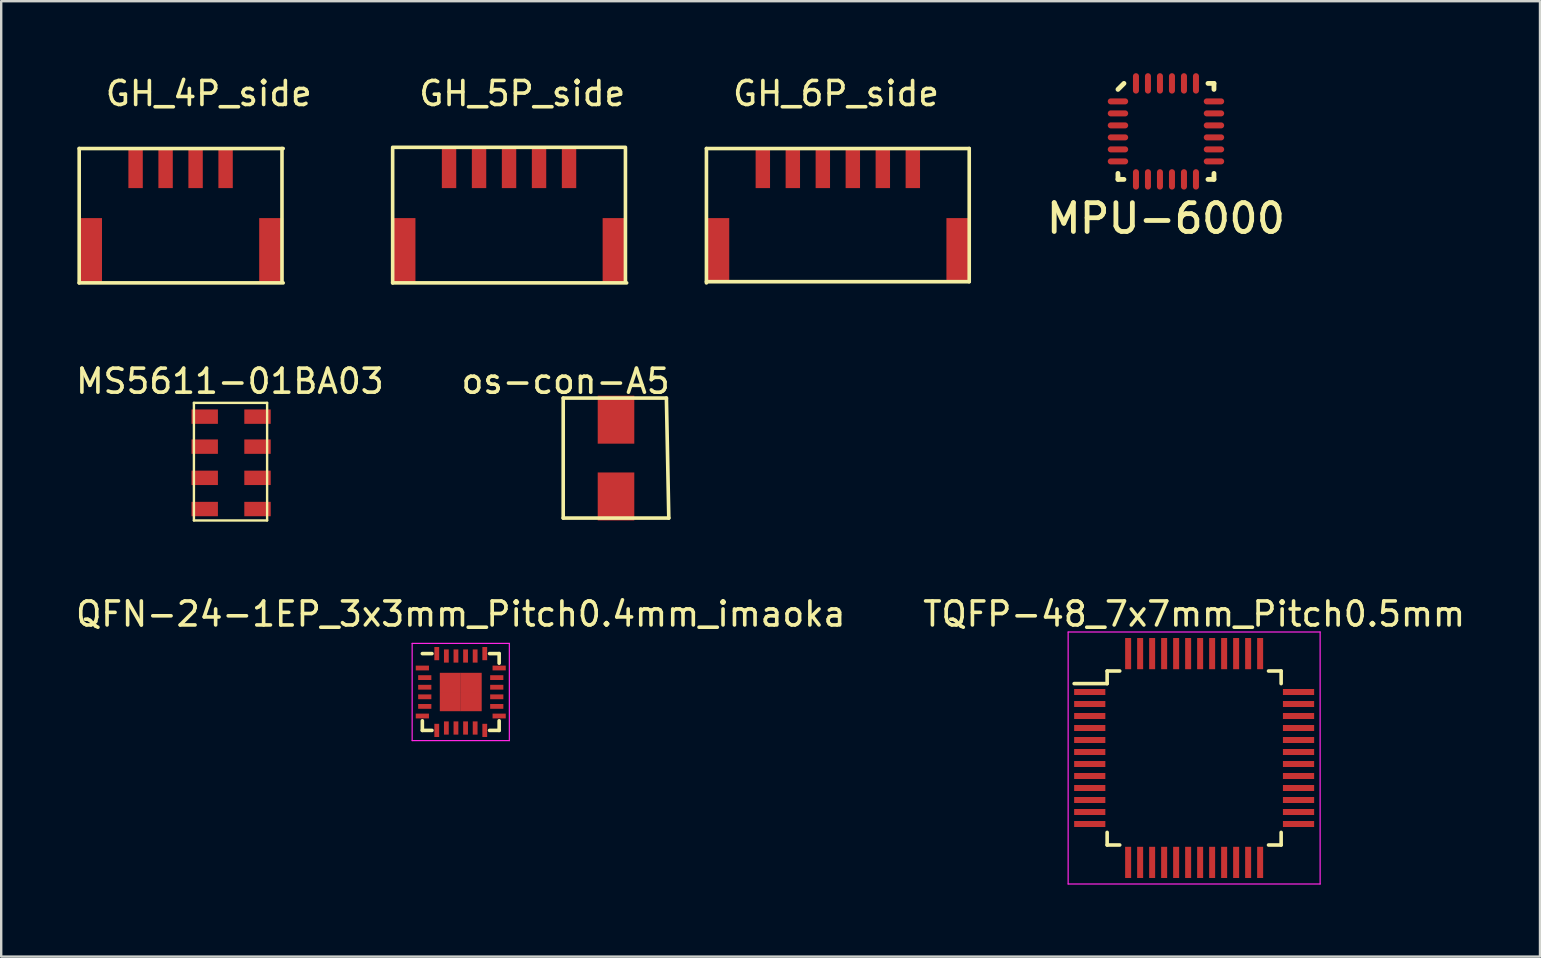
<source format=kicad_pcb>
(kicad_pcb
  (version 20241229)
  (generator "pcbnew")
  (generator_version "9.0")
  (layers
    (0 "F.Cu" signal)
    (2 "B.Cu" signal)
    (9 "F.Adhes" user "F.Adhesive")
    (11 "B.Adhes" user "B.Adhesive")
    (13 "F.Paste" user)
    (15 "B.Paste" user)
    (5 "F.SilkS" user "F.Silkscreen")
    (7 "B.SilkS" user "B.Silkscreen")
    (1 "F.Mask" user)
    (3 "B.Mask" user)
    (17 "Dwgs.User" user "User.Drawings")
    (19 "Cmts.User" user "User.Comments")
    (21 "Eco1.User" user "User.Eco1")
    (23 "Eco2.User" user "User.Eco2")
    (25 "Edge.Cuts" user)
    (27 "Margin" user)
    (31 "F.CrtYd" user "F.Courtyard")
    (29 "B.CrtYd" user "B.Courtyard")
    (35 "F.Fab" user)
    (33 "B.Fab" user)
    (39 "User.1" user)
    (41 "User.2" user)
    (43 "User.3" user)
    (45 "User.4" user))
  (footprint "os-con-A5"
    (layer "F.Cu")
    (at 20.418 13.537)
    (property "Reference" "os-con-A5" (at 0.1 -0.7 0) (layer "F.SilkS") (effects (font (size 1 1) (thickness 0.15))))
    (attr through_hole)
    (fp_line (start 0 0) (end 4.3 0) (stroke (width 0.15) (type solid)) (layer "F.SilkS"))
    (fp_line (start 0 5) (end 0 0) (stroke (width 0.15) (type solid)) (layer "F.SilkS"))
    (fp_line (start 4.3 0) (end 4.4 5) (stroke (width 0.15) (type solid)) (layer "F.SilkS"))
    (fp_line (start 4.4 5) (end 0 5) (stroke (width 0.15) (type solid)) (layer "F.SilkS"))
    (pad "1" smd rect (at 2.2 0.9) (size 1.524 2) (layers "F.Cu" "F.Mask" "F.Paste"))
    (pad "2" smd rect (at 2.2 4.1) (size 1.524 2) (layers "F.Cu" "F.Mask" "F.Paste")))
  (footprint "GH_6P_side"
    (layer "F.Cu")
    (at 26.386 8.738)
    (property "Reference" "GH_6P_side" (at 5.4 -7.89 0) (layer "F.SilkS") (effects (font (size 1 1) (thickness 0.15))))
    (attr through_hole)
    (fp_line (start 0 -5.6) (end 10.95 -5.6) (stroke (width 0.15) (type solid)) (layer "F.SilkS"))
    (fp_line (start 0 0) (end 0 -5.6) (stroke (width 0.15) (type solid)) (layer "F.SilkS"))
    (fp_line (start 10.95 -5.6) (end 10.95 -0.05) (stroke (width 0.15) (type solid)) (layer "F.SilkS"))
    (fp_line (start 10.95 -0.05) (end 0 -0.05) (stroke (width 0.15) (type solid)) (layer "F.SilkS"))
    (pad "" smd rect (at 0.45 -1.35) (size 1 2.7) (layers "F.Cu" "F.Mask" "F.Paste"))
    (pad "" smd rect (at 10.5 -1.35) (size 1 2.7) (layers "F.Cu" "F.Mask" "F.Paste"))
    (pad "1" smd rect (at 2.35 -4.8) (size 0.6 1.7) (layers "F.Cu" "F.Mask" "F.Paste"))
    (pad "2" smd rect (at 3.6 -4.8) (size 0.6 1.7) (layers "F.Cu" "F.Mask" "F.Paste"))
    (pad "3" smd rect (at 4.85 -4.8) (size 0.6 1.7) (layers "F.Cu" "F.Mask" "F.Paste"))
    (pad "4" smd rect (at 6.1 -4.8) (size 0.6 1.7) (layers "F.Cu" "F.Mask" "F.Paste"))
    (pad "5" smd rect (at 7.35 -4.8) (size 0.6 1.7) (layers "F.Cu" "F.Mask" "F.Paste"))
    (pad "6" smd rect (at 8.6 -4.8) (size 0.6 1.7) (layers "F.Cu" "F.Mask" "F.Paste")))
  (footprint "GH_4P_side"
    (layer "F.Cu")
    (at 0.25 8.738)
    (property "Reference" "GH_4P_side" (at 5.4 -7.89 0) (layer "F.SilkS") (effects (font (size 1 1) (thickness 0.15))))
    (attr through_hole)
    (fp_line (start 0 -5.6) (end 8.5 -5.6) (stroke (width 0.15) (type solid)) (layer "F.SilkS"))
    (fp_line (start 0 0) (end 0 -5.6) (stroke (width 0.15) (type solid)) (layer "F.SilkS"))
    (fp_line (start 0 0) (end 8.5 0) (stroke (width 0.15) (type solid)) (layer "F.SilkS"))
    (fp_line (start 8.45 -5.6) (end 8.45 -0.05) (stroke (width 0.15) (type solid)) (layer "F.SilkS"))
    (pad "" smd rect (at 0.45 -1.35) (size 1 2.7) (layers "F.Cu" "F.Mask" "F.Paste"))
    (pad "" smd rect (at 8 -1.35) (size 1 2.7) (layers "F.Cu" "F.Mask" "F.Paste"))
    (pad "1" smd rect (at 2.35 -4.8) (size 0.6 1.7) (layers "F.Cu" "F.Mask" "F.Paste"))
    (pad "2" smd rect (at 3.6 -4.8) (size 0.6 1.7) (layers "F.Cu" "F.Mask" "F.Paste"))
    (pad "3" smd rect (at 4.85 -4.8) (size 0.6 1.7) (layers "F.Cu" "F.Mask" "F.Paste"))
    (pad "4" smd rect (at 6.1 -4.8) (size 0.6 1.7) (layers "F.Cu" "F.Mask" "F.Paste")))
  (footprint "TQFP-48_7x7mm_Pitch0.5mm"
    (layer "F.Cu")
    (at 46.708 28.535)
    (property "Reference" "TQFP-48_7x7mm_Pitch0.5mm" (at 0 -6 0) (layer "F.SilkS") (effects (font (size 1 1) (thickness 0.15))))
    (attr smd)
    (fp_line (start -3.625 -3.625) (end -3.625 -3.1) (stroke (width 0.15) (type solid)) (layer "F.SilkS"))
    (fp_line (start -3.625 -3.625) (end -3.1 -3.625) (stroke (width 0.15) (type solid)) (layer "F.SilkS"))
    (fp_line (start -3.625 -3.1) (end -5 -3.1) (stroke (width 0.15) (type solid)) (layer "F.SilkS"))
    (fp_line (start -3.625 3.625) (end -3.625 3.1) (stroke (width 0.15) (type solid)) (layer "F.SilkS"))
    (fp_line (start -3.625 3.625) (end -3.1 3.625) (stroke (width 0.15) (type solid)) (layer "F.SilkS"))
    (fp_line (start 3.625 -3.625) (end 3.1 -3.625) (stroke (width 0.15) (type solid)) (layer "F.SilkS"))
    (fp_line (start 3.625 -3.625) (end 3.625 -3.1) (stroke (width 0.15) (type solid)) (layer "F.SilkS"))
    (fp_line (start 3.625 3.625) (end 3.1 3.625) (stroke (width 0.15) (type solid)) (layer "F.SilkS"))
    (fp_line (start 3.625 3.625) (end 3.625 3.1) (stroke (width 0.15) (type solid)) (layer "F.SilkS"))
    (fp_line (start -5.25 -5.25) (end -5.25 5.25) (stroke (width 0.05) (type solid)) (layer "F.CrtYd"))
    (fp_line (start -5.25 -5.25) (end 5.25 -5.25) (stroke (width 0.05) (type solid)) (layer "F.CrtYd"))
    (fp_line (start -5.25 5.25) (end 5.25 5.25) (stroke (width 0.05) (type solid)) (layer "F.CrtYd"))
    (fp_line (start 5.25 -5.25) (end 5.25 5.25) (stroke (width 0.05) (type solid)) (layer "F.CrtYd"))
    (pad "1" smd rect (at -4.35 -2.75) (size 1.3 0.25) (layers "F.Cu" "F.Mask" "F.Paste"))
    (pad "2" smd rect (at -4.35 -2.25) (size 1.3 0.25) (layers "F.Cu" "F.Mask" "F.Paste"))
    (pad "3" smd rect (at -4.35 -1.75) (size 1.3 0.25) (layers "F.Cu" "F.Mask" "F.Paste"))
    (pad "4" smd rect (at -4.35 -1.25) (size 1.3 0.25) (layers "F.Cu" "F.Mask" "F.Paste"))
    (pad "5" smd rect (at -4.35 -0.75) (size 1.3 0.25) (layers "F.Cu" "F.Mask" "F.Paste"))
    (pad "6" smd rect (at -4.35 -0.25) (size 1.3 0.25) (layers "F.Cu" "F.Mask" "F.Paste"))
    (pad "7" smd rect (at -4.35 0.25) (size 1.3 0.25) (layers "F.Cu" "F.Mask" "F.Paste"))
    (pad "8" smd rect (at -4.35 0.75) (size 1.3 0.25) (layers "F.Cu" "F.Mask" "F.Paste"))
    (pad "9" smd rect (at -4.35 1.25) (size 1.3 0.25) (layers "F.Cu" "F.Mask" "F.Paste"))
    (pad "10" smd rect (at -4.35 1.75) (size 1.3 0.25) (layers "F.Cu" "F.Mask" "F.Paste"))
    (pad "11" smd rect (at -4.35 2.25) (size 1.3 0.25) (layers "F.Cu" "F.Mask" "F.Paste"))
    (pad "12" smd rect (at -4.35 2.75) (size 1.3 0.25) (layers "F.Cu" "F.Mask" "F.Paste"))
    (pad "13" smd rect (at -2.75 4.35 90) (size 1.3 0.25) (layers "F.Cu" "F.Mask" "F.Paste"))
    (pad "14" smd rect (at -2.25 4.35 90) (size 1.3 0.25) (layers "F.Cu" "F.Mask" "F.Paste"))
    (pad "15" smd rect (at -1.75 4.35 90) (size 1.3 0.25) (layers "F.Cu" "F.Mask" "F.Paste"))
    (pad "16" smd rect (at -1.25 4.35 90) (size 1.3 0.25) (layers "F.Cu" "F.Mask" "F.Paste"))
    (pad "17" smd rect (at -0.75 4.35 90) (size 1.3 0.25) (layers "F.Cu" "F.Mask" "F.Paste"))
    (pad "18" smd rect (at -0.25 4.35 90) (size 1.3 0.25) (layers "F.Cu" "F.Mask" "F.Paste"))
    (pad "19" smd rect (at 0.25 4.35 90) (size 1.3 0.25) (layers "F.Cu" "F.Mask" "F.Paste"))
    (pad "20" smd rect (at 0.75 4.35 90) (size 1.3 0.25) (layers "F.Cu" "F.Mask" "F.Paste"))
    (pad "21" smd rect (at 1.25 4.35 90) (size 1.3 0.25) (layers "F.Cu" "F.Mask" "F.Paste"))
    (pad "22" smd rect (at 1.75 4.35 90) (size 1.3 0.25) (layers "F.Cu" "F.Mask" "F.Paste"))
    (pad "23" smd rect (at 2.25 4.35 90) (size 1.3 0.25) (layers "F.Cu" "F.Mask" "F.Paste"))
    (pad "24" smd rect (at 2.75 4.35 90) (size 1.3 0.25) (layers "F.Cu" "F.Mask" "F.Paste"))
    (pad "25" smd rect (at 4.35 2.75) (size 1.3 0.25) (layers "F.Cu" "F.Mask" "F.Paste"))
    (pad "26" smd rect (at 4.35 2.25) (size 1.3 0.25) (layers "F.Cu" "F.Mask" "F.Paste"))
    (pad "27" smd rect (at 4.35 1.75) (size 1.3 0.25) (layers "F.Cu" "F.Mask" "F.Paste"))
    (pad "28" smd rect (at 4.35 1.25) (size 1.3 0.25) (layers "F.Cu" "F.Mask" "F.Paste"))
    (pad "29" smd rect (at 4.35 0.75) (size 1.3 0.25) (layers "F.Cu" "F.Mask" "F.Paste"))
    (pad "30" smd rect (at 4.35 0.25) (size 1.3 0.25) (layers "F.Cu" "F.Mask" "F.Paste"))
    (pad "31" smd rect (at 4.35 -0.25) (size 1.3 0.25) (layers "F.Cu" "F.Mask" "F.Paste"))
    (pad "32" smd rect (at 4.35 -0.75) (size 1.3 0.25) (layers "F.Cu" "F.Mask" "F.Paste"))
    (pad "33" smd rect (at 4.35 -1.25) (size 1.3 0.25) (layers "F.Cu" "F.Mask" "F.Paste"))
    (pad "34" smd rect (at 4.35 -1.75) (size 1.3 0.25) (layers "F.Cu" "F.Mask" "F.Paste"))
    (pad "35" smd rect (at 4.35 -2.25) (size 1.3 0.25) (layers "F.Cu" "F.Mask" "F.Paste"))
    (pad "36" smd rect (at 4.35 -2.75) (size 1.3 0.25) (layers "F.Cu" "F.Mask" "F.Paste"))
    (pad "37" smd rect (at 2.75 -4.35 90) (size 1.3 0.25) (layers "F.Cu" "F.Mask" "F.Paste"))
    (pad "38" smd rect (at 2.25 -4.35 90) (size 1.3 0.25) (layers "F.Cu" "F.Mask" "F.Paste"))
    (pad "39" smd rect (at 1.75 -4.35 90) (size 1.3 0.25) (layers "F.Cu" "F.Mask" "F.Paste"))
    (pad "40" smd rect (at 1.25 -4.35 90) (size 1.3 0.25) (layers "F.Cu" "F.Mask" "F.Paste"))
    (pad "41" smd rect (at 0.75 -4.35 90) (size 1.3 0.25) (layers "F.Cu" "F.Mask" "F.Paste"))
    (pad "42" smd rect (at 0.25 -4.35 90) (size 1.3 0.25) (layers "F.Cu" "F.Mask" "F.Paste"))
    (pad "43" smd rect (at -0.25 -4.35 90) (size 1.3 0.25) (layers "F.Cu" "F.Mask" "F.Paste"))
    (pad "44" smd rect (at -0.75 -4.35 90) (size 1.3 0.25) (layers "F.Cu" "F.Mask" "F.Paste"))
    (pad "45" smd rect (at -1.25 -4.35 90) (size 1.3 0.25) (layers "F.Cu" "F.Mask" "F.Paste"))
    (pad "46" smd rect (at -1.75 -4.35 90) (size 1.3 0.25) (layers "F.Cu" "F.Mask" "F.Paste"))
    (pad "47" smd rect (at -2.25 -4.35 90) (size 1.3 0.25) (layers "F.Cu" "F.Mask" "F.Paste"))
    (pad "48" smd rect (at -2.75 -4.35 90) (size 1.3 0.25) (layers "F.Cu" "F.Mask" "F.Paste")))
  (footprint "MS5611-01BA03"
    (layer "F.Cu")
    (at 6.58 16.236)
    (property "Reference" "MS5611-01BA03" (at -0.05 -3.4 0) (layer "F.SilkS") (effects (font (size 1 1) (thickness 0.15))))
    (attr through_hole)
    (fp_line (start -1.55 -2.5) (end -1.55 2.4) (stroke (width 0.1) (type solid)) (layer "F.SilkS"))
    (fp_line (start -1.55 2.4) (end 1.5 2.4) (stroke (width 0.1) (type solid)) (layer "F.SilkS"))
    (fp_line (start 1.5 -2.5) (end -1.55 -2.5) (stroke (width 0.1) (type solid)) (layer "F.SilkS"))
    (fp_line (start 1.5 2.4) (end 1.5 -2.5) (stroke (width 0.1) (type solid)) (layer "F.SilkS"))
    (pad "1" smd rect (at -1.1 -1.925) (size 1.1 0.6) (layers "F.Cu" "F.Mask" "F.Paste"))
    (pad "2" smd rect (at -1.1 -0.675) (size 1.1 0.6) (layers "F.Cu" "F.Mask" "F.Paste"))
    (pad "3" smd rect (at -1.1 0.625) (size 1.1 0.6) (layers "F.Cu" "F.Mask" "F.Paste"))
    (pad "4" smd rect (at -1.1 1.925) (size 1.1 0.6) (layers "F.Cu" "F.Mask" "F.Paste"))
    (pad "5" smd rect (at 1.1 1.925) (size 1.1 0.6) (layers "F.Cu" "F.Mask" "F.Paste"))
    (pad "6" smd rect (at 1.1 0.625) (size 1.1 0.6) (layers "F.Cu" "F.Mask" "F.Paste"))
    (pad "7" smd rect (at 1.1 -0.675) (size 1.1 0.6) (layers "F.Cu" "F.Mask" "F.Paste"))
    (pad "8" smd rect (at 1.1 -1.925) (size 1.1 0.6) (layers "F.Cu" "F.Mask" "F.Paste")))
  (footprint "QFN-24-1EP_3x3mm_Pitch0.4mm_imaoka"
    (layer "F.Cu")
    (at 16.149 25.785)
    (property "Reference" "QFN-24-1EP_3x3mm_Pitch0.4mm_imaoka" (at 0 -3.25 0) (layer "F.SilkS") (effects (font (size 1 1) (thickness 0.15))))
    (attr smd)
    (fp_line (start -1.6 -1.6) (end -1.2 -1.6) (stroke (width 0.15) (type solid)) (layer "F.SilkS"))
    (fp_line (start -1.6 1.6) (end -1.6 1.2) (stroke (width 0.15) (type solid)) (layer "F.SilkS"))
    (fp_line (start -1.6 1.6) (end -1.2 1.6) (stroke (width 0.15) (type solid)) (layer "F.SilkS"))
    (fp_line (start 1.6 -1.6) (end 1.2 -1.6) (stroke (width 0.15) (type solid)) (layer "F.SilkS"))
    (fp_line (start 1.6 -1.6) (end 1.6 -1.2) (stroke (width 0.15) (type solid)) (layer "F.SilkS"))
    (fp_line (start 1.6 1.6) (end 1.2 1.6) (stroke (width 0.15) (type solid)) (layer "F.SilkS"))
    (fp_line (start 1.6 1.6) (end 1.6 1.2) (stroke (width 0.15) (type solid)) (layer "F.SilkS"))
    (fp_line (start -2.025 -2.025) (end 2.025 -2.025) (stroke (width 0.05) (type solid)) (layer "F.CrtYd"))
    (fp_line (start -2.025 2.025) (end -2.025 -2.025) (stroke (width 0.05) (type solid)) (layer "F.CrtYd"))
    (fp_line (start 2.025 -2.025) (end 2.025 2.025) (stroke (width 0.05) (type solid)) (layer "F.CrtYd"))
    (fp_line (start 2.025 2.025) (end -2.025 2.025) (stroke (width 0.05) (type solid)) (layer "F.CrtYd"))
    (pad "1" smd rect (at -1.6 -1) (size 0.55 0.2) (layers "F.Cu" "F.Mask" "F.Paste"))
    (pad "2" smd rect (at -1.5 -0.6) (size 0.55 0.2) (layers "F.Cu" "F.Mask" "F.Paste"))
    (pad "3" smd rect (at -1.5 -0.2) (size 0.55 0.2) (layers "F.Cu" "F.Mask" "F.Paste"))
    (pad "4" smd rect (at -1.5 0.2) (size 0.55 0.2) (layers "F.Cu" "F.Mask" "F.Paste"))
    (pad "5" smd rect (at -1.5 0.6) (size 0.55 0.2) (layers "F.Cu" "F.Mask" "F.Paste"))
    (pad "6" smd rect (at -1.6 1) (size 0.55 0.2) (layers "F.Cu" "F.Mask" "F.Paste"))
    (pad "7" smd rect (at -1 1.6 90) (size 0.55 0.2) (layers "F.Cu" "F.Mask" "F.Paste"))
    (pad "8" smd rect (at -0.6 1.5 90) (size 0.55 0.2) (layers "F.Cu" "F.Mask" "F.Paste"))
    (pad "9" smd rect (at -0.2 1.5 90) (size 0.55 0.2) (layers "F.Cu" "F.Mask" "F.Paste"))
    (pad "10" smd rect (at 0.2 1.5 90) (size 0.55 0.2) (layers "F.Cu" "F.Mask" "F.Paste"))
    (pad "11" smd rect (at 0.6 1.5 90) (size 0.55 0.2) (layers "F.Cu" "F.Mask" "F.Paste"))
    (pad "12" smd rect (at 1 1.6 90) (size 0.55 0.2) (layers "F.Cu" "F.Mask" "F.Paste"))
    (pad "13" smd rect (at 1.6 1) (size 0.55 0.2) (layers "F.Cu" "F.Mask" "F.Paste"))
    (pad "14" smd rect (at 1.5 0.6) (size 0.55 0.2) (layers "F.Cu" "F.Mask" "F.Paste"))
    (pad "15" smd rect (at 1.5 0.2) (size 0.55 0.2) (layers "F.Cu" "F.Mask" "F.Paste"))
    (pad "16" smd rect (at 1.5 -0.2) (size 0.55 0.2) (layers "F.Cu" "F.Mask" "F.Paste"))
    (pad "17" smd rect (at 1.5 -0.6) (size 0.55 0.2) (layers "F.Cu" "F.Mask" "F.Paste"))
    (pad "18" smd rect (at 1.6 -1) (size 0.55 0.2) (layers "F.Cu" "F.Mask" "F.Paste"))
    (pad "19" smd rect (at 1 -1.6 90) (size 0.55 0.2) (layers "F.Cu" "F.Mask" "F.Paste"))
    (pad "20" smd rect (at 0.6 -1.5 90) (size 0.55 0.2) (layers "F.Cu" "F.Mask" "F.Paste"))
    (pad "21" smd rect (at 0.2 -1.5 90) (size 0.55 0.2) (layers "F.Cu" "F.Mask" "F.Paste"))
    (pad "22" smd rect (at -0.2 -1.5 90) (size 0.55 0.2) (layers "F.Cu" "F.Mask" "F.Paste"))
    (pad "23" smd rect (at -0.6 -1.5 90) (size 0.55 0.2) (layers "F.Cu" "F.Mask" "F.Paste"))
    (pad "24" smd rect (at -1 -1.6 90) (size 0.55 0.2) (layers "F.Cu" "F.Mask" "F.Paste"))
    (pad "25" smd rect (at -0.435 -0.4) (size 0.875 0.8) (layers "F.Cu" "F.Mask" "F.Paste"))
    (pad "25" smd rect (at -0.435 0.4) (size 0.875 0.8) (layers "F.Cu" "F.Mask" "F.Paste"))
    (pad "25" smd rect (at 0.435 -0.4) (size 0.875 0.8) (layers "F.Cu" "F.Mask" "F.Paste"))
    (pad "25" smd rect (at 0.435 0.4) (size 0.875 0.8) (layers "F.Cu" "F.Mask" "F.Paste")))
  (footprint "MPU-6000"
    (layer "F.Cu")
    (at 45.534 2.425)
    (property "Reference" "MPU-6000" (at 0 3.625 0) (layer "F.SilkS") (effects (font (size 1.2 1.2) (thickness 0.2))))
    (attr through_hole)
    (fp_line (start -2 -1.75) (end -1.75 -2) (stroke (width 0.2) (type solid)) (layer "F.SilkS"))
    (fp_line (start -2 2) (end -2 1.75) (stroke (width 0.2) (type solid)) (layer "F.SilkS"))
    (fp_line (start -1.75 2) (end -2 2) (stroke (width 0.2) (type solid)) (layer "F.SilkS"))
    (fp_line (start 1.75 -2) (end 2 -2) (stroke (width 0.2) (type solid)) (layer "F.SilkS"))
    (fp_line (start 1.75 2) (end 2 2) (stroke (width 0.2) (type solid)) (layer "F.SilkS"))
    (fp_line (start 2 -2) (end 2 -1.75) (stroke (width 0.2) (type solid)) (layer "F.SilkS"))
    (fp_line (start 2 2) (end 2 1.75) (stroke (width 0.2) (type solid)) (layer "F.SilkS"))
    (pad "1" smd oval (at -2 -1.25) (size 0.85 0.25) (layers "F.Cu" "F.Mask" "F.Paste"))
    (pad "2" smd oval (at -2 -0.75) (size 0.85 0.25) (layers "F.Cu" "F.Mask" "F.Paste"))
    (pad "3" smd oval (at -2 -0.25) (size 0.85 0.25) (layers "F.Cu" "F.Mask" "F.Paste"))
    (pad "4" smd oval (at -2 0.25) (size 0.85 0.25) (layers "F.Cu" "F.Mask" "F.Paste"))
    (pad "5" smd oval (at -2 0.75) (size 0.85 0.25) (layers "F.Cu" "F.Mask" "F.Paste"))
    (pad "6" smd oval (at -2 1.25) (size 0.85 0.25) (layers "F.Cu" "F.Mask" "F.Paste"))
    (pad "7" smd oval (at -1.25 2) (size 0.25 0.85) (layers "F.Cu" "F.Mask" "F.Paste"))
    (pad "8" smd oval (at -0.75 2) (size 0.25 0.85) (layers "F.Cu" "F.Mask" "F.Paste"))
    (pad "9" smd oval (at -0.25 2) (size 0.25 0.85) (layers "F.Cu" "F.Mask" "F.Paste"))
    (pad "10" smd oval (at 0.25 2) (size 0.25 0.85) (layers "F.Cu" "F.Mask" "F.Paste"))
    (pad "11" smd oval (at 0.75 2) (size 0.25 0.85) (layers "F.Cu" "F.Mask" "F.Paste"))
    (pad "12" smd oval (at 1.25 2) (size 0.25 0.85) (layers "F.Cu" "F.Mask" "F.Paste"))
    (pad "13" smd oval (at 2 1.25) (size 0.85 0.25) (layers "F.Cu" "F.Mask" "F.Paste"))
    (pad "14" smd oval (at 2 0.75) (size 0.85 0.25) (layers "F.Cu" "F.Mask" "F.Paste"))
    (pad "15" smd oval (at 2 0.25) (size 0.85 0.25) (layers "F.Cu" "F.Mask" "F.Paste"))
    (pad "16" smd oval (at 2 -0.25) (size 0.85 0.25) (layers "F.Cu" "F.Mask" "F.Paste"))
    (pad "17" smd oval (at 2 -0.75) (size 0.85 0.25) (layers "F.Cu" "F.Mask" "F.Paste"))
    (pad "18" smd oval (at 2 -1.25) (size 0.85 0.25) (layers "F.Cu" "F.Mask" "F.Paste"))
    (pad "19" smd oval (at 1.25 -2) (size 0.25 0.85) (layers "F.Cu" "F.Mask" "F.Paste"))
    (pad "20" smd oval (at 0.75 -2) (size 0.25 0.85) (layers "F.Cu" "F.Mask" "F.Paste"))
    (pad "21" smd oval (at 0.25 -2) (size 0.25 0.85) (layers "F.Cu" "F.Mask" "F.Paste"))
    (pad "22" smd oval (at -0.25 -2) (size 0.25 0.85) (layers "F.Cu" "F.Mask" "F.Paste"))
    (pad "23" smd oval (at -0.75 -2) (size 0.25 0.85) (layers "F.Cu" "F.Mask" "F.Paste"))
    (pad "24" smd oval (at -1.25 -2) (size 0.25 0.85) (layers "F.Cu" "F.Mask" "F.Paste")))
  (footprint "GH_5P_side"
    (layer "F.Cu")
    (at 13.311 8.738)
    (property "Reference" "GH_5P_side" (at 5.4 -7.89 0) (layer "F.SilkS") (effects (font (size 1 1) (thickness 0.15))))
    (attr through_hole)
    (fp_line (start 0 -5.65) (end 9.7 -5.65) (stroke (width 0.15) (type solid)) (layer "F.SilkS"))
    (fp_line (start 0 0) (end 0 -5.6) (stroke (width 0.15) (type solid)) (layer "F.SilkS"))
    (fp_line (start 0 0) (end 9.75 0) (stroke (width 0.15) (type solid)) (layer "F.SilkS"))
    (fp_line (start 9.7 -5.6) (end 9.7 -0.05) (stroke (width 0.15) (type solid)) (layer "F.SilkS"))
    (pad "" smd rect (at 0.45 -1.35) (size 1 2.7) (layers "F.Cu" "F.Mask" "F.Paste"))
    (pad "" smd rect (at 9.25 -1.35) (size 1 2.7) (layers "F.Cu" "F.Mask" "F.Paste"))
    (pad "1" smd rect (at 2.35 -4.8) (size 0.6 1.7) (layers "F.Cu" "F.Mask" "F.Paste"))
    (pad "2" smd rect (at 3.6 -4.8) (size 0.6 1.7) (layers "F.Cu" "F.Mask" "F.Paste"))
    (pad "3" smd rect (at 4.85 -4.8) (size 0.6 1.7) (layers "F.Cu" "F.Mask" "F.Paste"))
    (pad "4" smd rect (at 6.1 -4.8) (size 0.6 1.7) (layers "F.Cu" "F.Mask" "F.Paste"))
    (pad "5" smd rect (at 7.35 -4.8) (size 0.6 1.7) (layers "F.Cu" "F.Mask" "F.Paste")))
  (gr_rect
    (start -3 -3)
    (end 61.119 36.81)
    (stroke (width 0.1) (type default))
    (fill no)
    (layer "Edge.Cuts")))
</source>
